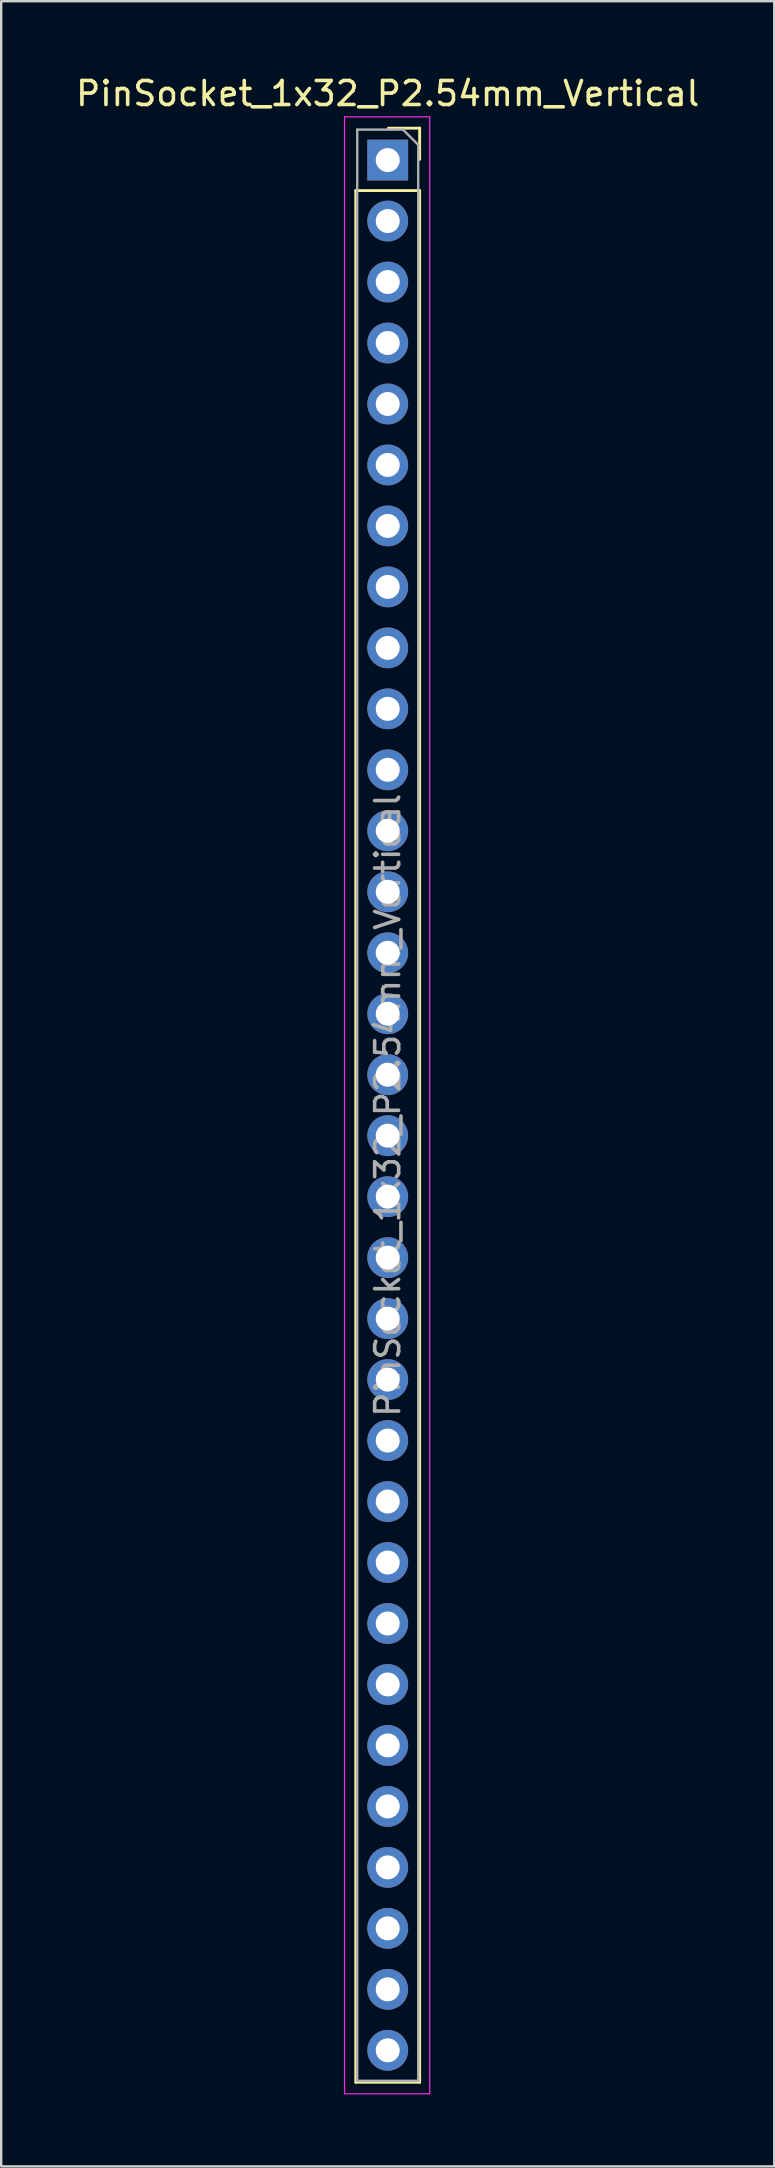
<source format=kicad_pcb>
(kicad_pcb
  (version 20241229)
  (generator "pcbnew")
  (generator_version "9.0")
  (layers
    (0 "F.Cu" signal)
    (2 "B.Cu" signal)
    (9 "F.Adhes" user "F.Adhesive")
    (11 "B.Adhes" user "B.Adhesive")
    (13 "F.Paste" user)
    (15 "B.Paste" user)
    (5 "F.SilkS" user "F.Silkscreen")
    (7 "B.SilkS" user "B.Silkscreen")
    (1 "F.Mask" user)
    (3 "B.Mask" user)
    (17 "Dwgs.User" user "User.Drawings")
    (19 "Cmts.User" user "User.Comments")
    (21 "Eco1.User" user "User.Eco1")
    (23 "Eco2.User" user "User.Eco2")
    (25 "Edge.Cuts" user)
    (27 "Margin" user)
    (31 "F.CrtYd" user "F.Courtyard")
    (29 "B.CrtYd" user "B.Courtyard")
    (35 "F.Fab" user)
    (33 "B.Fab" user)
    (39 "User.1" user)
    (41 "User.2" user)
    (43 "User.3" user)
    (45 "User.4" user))
  (footprint "PinSocket_1x32_P2.54mm_Vertical"
    (layer "F.Cu")
    (at 13.101 3.618)
    (property "Reference" "PinSocket_1x32_P2.54mm_Vertical" (at 0 -2.77 0) (layer "F.SilkS") (effects (font (size 1 1) (thickness 0.15))))
    (attr through_hole)
    (fp_line (start -1.33 1.27) (end -1.33 80.07) (stroke (width 0.12) (type solid)) (layer "F.SilkS"))
    (fp_line (start -1.33 80.07) (end 1.33 80.07) (stroke (width 0.12) (type solid)) (layer "F.SilkS"))
    (fp_line (start 1.33 -1.33) (end 0.03 -1.33) (stroke (width 0.12) (type solid)) (layer "F.SilkS"))
    (fp_line (start 1.33 -0.03) (end 1.33 -1.33) (stroke (width 0.12) (type solid)) (layer "F.SilkS"))
    (fp_line (start 1.33 1.27) (end -1.33 1.27) (stroke (width 0.12) (type solid)) (layer "F.SilkS"))
    (fp_line (start 1.33 80.07) (end 1.33 1.27) (stroke (width 0.12) (type solid)) (layer "F.SilkS"))
    (fp_line (start -1.8 -1.8) (end 1.75 -1.8) (stroke (width 0.05) (type solid)) (layer "F.CrtYd"))
    (fp_line (start -1.8 80.55) (end -1.8 -1.8) (stroke (width 0.05) (type solid)) (layer "F.CrtYd"))
    (fp_line (start 1.75 -1.8) (end 1.75 80.55) (stroke (width 0.05) (type solid)) (layer "F.CrtYd"))
    (fp_line (start 1.75 80.55) (end -1.8 80.55) (stroke (width 0.05) (type solid)) (layer "F.CrtYd"))
    (fp_line (start -1.27 -1.27) (end 0.635 -1.27) (stroke (width 0.1) (type solid)) (layer "F.Fab"))
    (fp_line (start -1.27 80.01) (end -1.27 -1.27) (stroke (width 0.1) (type solid)) (layer "F.Fab"))
    (fp_line (start 0.635 -1.27) (end 1.27 -0.635) (stroke (width 0.1) (type solid)) (layer "F.Fab"))
    (fp_line (start 1.27 -0.635) (end 1.27 80.01) (stroke (width 0.1) (type solid)) (layer "F.Fab"))
    (fp_line (start 1.27 80.01) (end -1.27 80.01) (stroke (width 0.1) (type solid)) (layer "F.Fab"))
    (fp_text user "${REFERENCE}" (at 0 39.37 90) (layer "F.Fab") (effects (font (size 1 1) (thickness 0.15))))
    (pad "1" thru_hole rect (at 0 0) (size 1.7 1.7) (drill 1) (layers "*.Cu" "*.Mask"))
    (pad "2" thru_hole oval (at 0 2.54) (size 1.7 1.7) (drill 1) (layers "*.Cu" "*.Mask"))
    (pad "3" thru_hole oval (at 0 5.08) (size 1.7 1.7) (drill 1) (layers "*.Cu" "*.Mask"))
    (pad "4" thru_hole oval (at 0 7.62) (size 1.7 1.7) (drill 1) (layers "*.Cu" "*.Mask"))
    (pad "5" thru_hole oval (at 0 10.16) (size 1.7 1.7) (drill 1) (layers "*.Cu" "*.Mask"))
    (pad "6" thru_hole oval (at 0 12.7) (size 1.7 1.7) (drill 1) (layers "*.Cu" "*.Mask"))
    (pad "7" thru_hole oval (at 0 15.24) (size 1.7 1.7) (drill 1) (layers "*.Cu" "*.Mask"))
    (pad "8" thru_hole oval (at 0 17.78) (size 1.7 1.7) (drill 1) (layers "*.Cu" "*.Mask"))
    (pad "9" thru_hole oval (at 0 20.32) (size 1.7 1.7) (drill 1) (layers "*.Cu" "*.Mask"))
    (pad "10" thru_hole oval (at 0 22.86) (size 1.7 1.7) (drill 1) (layers "*.Cu" "*.Mask"))
    (pad "11" thru_hole oval (at 0 25.4) (size 1.7 1.7) (drill 1) (layers "*.Cu" "*.Mask"))
    (pad "12" thru_hole oval (at 0 27.94) (size 1.7 1.7) (drill 1) (layers "*.Cu" "*.Mask"))
    (pad "13" thru_hole oval (at 0 30.48) (size 1.7 1.7) (drill 1) (layers "*.Cu" "*.Mask"))
    (pad "14" thru_hole oval (at 0 33.02) (size 1.7 1.7) (drill 1) (layers "*.Cu" "*.Mask"))
    (pad "15" thru_hole oval (at 0 35.56) (size 1.7 1.7) (drill 1) (layers "*.Cu" "*.Mask"))
    (pad "16" thru_hole oval (at 0 38.1) (size 1.7 1.7) (drill 1) (layers "*.Cu" "*.Mask"))
    (pad "17" thru_hole oval (at 0 40.64) (size 1.7 1.7) (drill 1) (layers "*.Cu" "*.Mask"))
    (pad "18" thru_hole oval (at 0 43.18) (size 1.7 1.7) (drill 1) (layers "*.Cu" "*.Mask"))
    (pad "19" thru_hole oval (at 0 45.72) (size 1.7 1.7) (drill 1) (layers "*.Cu" "*.Mask"))
    (pad "20" thru_hole oval (at 0 48.26) (size 1.7 1.7) (drill 1) (layers "*.Cu" "*.Mask"))
    (pad "21" thru_hole oval (at 0 50.8) (size 1.7 1.7) (drill 1) (layers "*.Cu" "*.Mask"))
    (pad "22" thru_hole oval (at 0 53.34) (size 1.7 1.7) (drill 1) (layers "*.Cu" "*.Mask"))
    (pad "23" thru_hole oval (at 0 55.88) (size 1.7 1.7) (drill 1) (layers "*.Cu" "*.Mask"))
    (pad "24" thru_hole oval (at 0 58.42) (size 1.7 1.7) (drill 1) (layers "*.Cu" "*.Mask"))
    (pad "25" thru_hole oval (at 0 60.96) (size 1.7 1.7) (drill 1) (layers "*.Cu" "*.Mask"))
    (pad "26" thru_hole oval (at 0 63.5) (size 1.7 1.7) (drill 1) (layers "*.Cu" "*.Mask"))
    (pad "27" thru_hole oval (at 0 66.04) (size 1.7 1.7) (drill 1) (layers "*.Cu" "*.Mask"))
    (pad "28" thru_hole oval (at 0 68.58) (size 1.7 1.7) (drill 1) (layers "*.Cu" "*.Mask"))
    (pad "29" thru_hole oval (at 0 71.12) (size 1.7 1.7) (drill 1) (layers "*.Cu" "*.Mask"))
    (pad "30" thru_hole oval (at 0 73.66) (size 1.7 1.7) (drill 1) (layers "*.Cu" "*.Mask"))
    (pad "31" thru_hole oval (at 0 76.2) (size 1.7 1.7) (drill 1) (layers "*.Cu" "*.Mask"))
    (pad "32" thru_hole oval (at 0 78.74) (size 1.7 1.7) (drill 1) (layers "*.Cu" "*.Mask")))
  (gr_rect
    (start -3 -3)
    (end 29.202 87.193)
    (stroke (width 0.1) (type default))
    (fill no)
    (layer "Edge.Cuts")))
</source>
